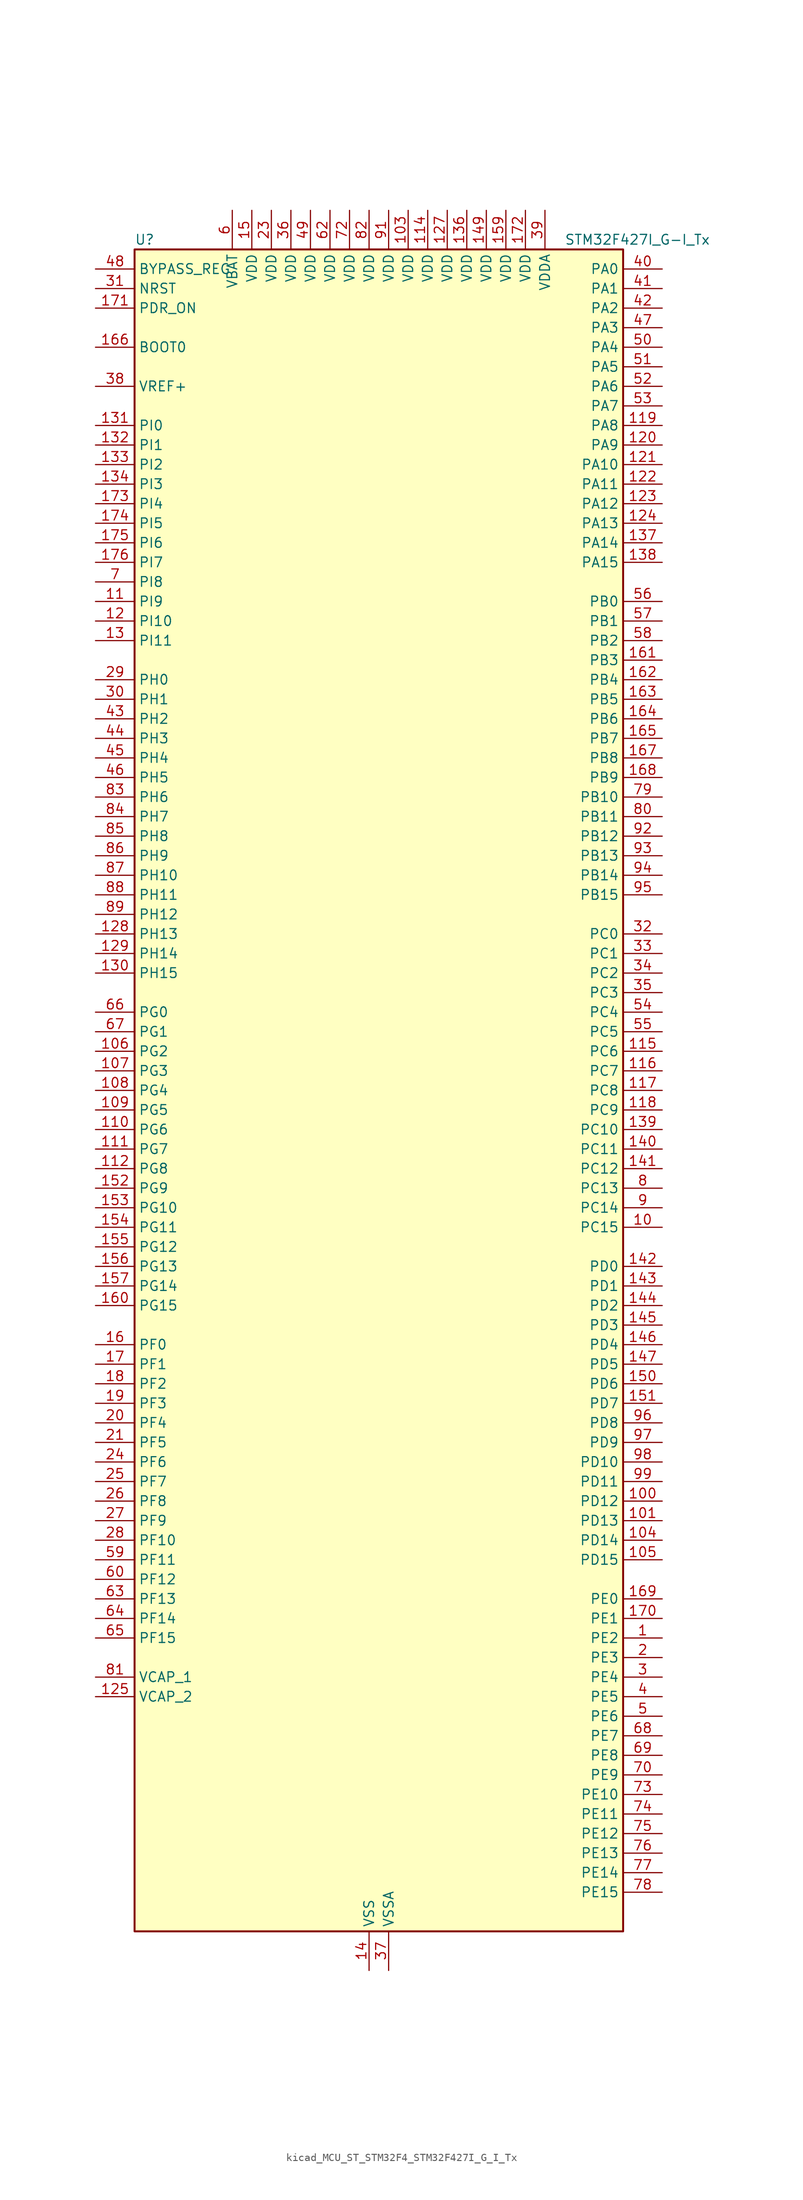
<source format=kicad_sym>
(kicad_symbol_lib
  (version 20220914)
  (generator kicad_symbol_editor)
  (symbol "kicad_MCU_ST_STM32F4_STM32F427I_G_I_Tx"
    (property "Reference" "U"
      (at -30.48 110.49 0)
      (effects (font (size 1.27 1.27)) (justify left)))
    (property "Value" "STM32F427I_G-I_Tx"
      (at 25.4 110.49 0)
      (effects (font (size 1.27 1.27)) (justify left)))
    (property "ki_locked" ""
      (at 0 0 0)
      (effects (font (size 1.27 1.27))))
    (symbol "kicad_MCU_ST_STM32F4_STM32F427I_G_I_Tx_0_1"
      (rectangle (start -30.48 -109.22) (end 33.02 109.22) (stroke (width 0.254) (type default)) (fill (type background))))
    (symbol "kicad_MCU_ST_STM32F4_STM32F427I_G_I_Tx_1_1"
      (pin bidirectional line (at 38.1 -71.12 180) (length 5.08) (name "PE2" (effects (font (size 1.27 1.27)))) (number "1" (effects (font (size 1.27 1.27)))) (alternate "ETH_TXD3" bidirectional line) (alternate "FMC_A23" bidirectional line) (alternate "SAI1_MCLK_A" bidirectional line) (alternate "SPI4_SCK" bidirectional line) (alternate "SYS_TRACECLK" bidirectional line))
      (pin bidirectional line (at 38.1 -17.78 180) (length 5.08) (name "PC15" (effects (font (size 1.27 1.27)))) (number "10" (effects (font (size 1.27 1.27)))) (alternate "ADC1_EXTI15" bidirectional line) (alternate "ADC2_EXTI15" bidirectional line) (alternate "ADC3_EXTI15" bidirectional line) (alternate "RCC_OSC32_OUT" bidirectional line))
      (pin bidirectional line (at 38.1 -53.34 180) (length 5.08) (name "PD12" (effects (font (size 1.27 1.27)))) (number "100" (effects (font (size 1.27 1.27)))) (alternate "FMC_A17" bidirectional line) (alternate "FMC_ALE" bidirectional line) (alternate "TIM4_CH1" bidirectional line) (alternate "USART3_RTS" bidirectional line))
      (pin bidirectional line (at 38.1 -55.88 180) (length 5.08) (name "PD13" (effects (font (size 1.27 1.27)))) (number "101" (effects (font (size 1.27 1.27)))) (alternate "FMC_A18" bidirectional line) (alternate "TIM4_CH2" bidirectional line))
      (pin passive line (at 0 -114.3 90) (length 5.08) hide (name "VSS" (effects (font (size 1.27 1.27)))) (number "102" (effects (font (size 1.27 1.27)))))
      (pin power_in line (at 5.08 114.3 270) (length 5.08) (name "VDD" (effects (font (size 1.27 1.27)))) (number "103" (effects (font (size 1.27 1.27)))))
      (pin bidirectional line (at 38.1 -58.42 180) (length 5.08) (name "PD14" (effects (font (size 1.27 1.27)))) (number "104" (effects (font (size 1.27 1.27)))) (alternate "FMC_D0" bidirectional line) (alternate "FMC_DA0" bidirectional line) (alternate "TIM4_CH3" bidirectional line))
      (pin bidirectional line (at 38.1 -60.96 180) (length 5.08) (name "PD15" (effects (font (size 1.27 1.27)))) (number "105" (effects (font (size 1.27 1.27)))) (alternate "ADC1_EXTI15" bidirectional line) (alternate "ADC2_EXTI15" bidirectional line) (alternate "ADC3_EXTI15" bidirectional line) (alternate "FMC_D1" bidirectional line) (alternate "FMC_DA1" bidirectional line) (alternate "TIM4_CH4" bidirectional line))
      (pin bidirectional line (at -35.56 5.08 0) (length 5.08) (name "PG2" (effects (font (size 1.27 1.27)))) (number "106" (effects (font (size 1.27 1.27)))) (alternate "FMC_A12" bidirectional line))
      (pin bidirectional line (at -35.56 2.54 0) (length 5.08) (name "PG3" (effects (font (size 1.27 1.27)))) (number "107" (effects (font (size 1.27 1.27)))) (alternate "FMC_A13" bidirectional line))
      (pin bidirectional line (at -35.56 0 0) (length 5.08) (name "PG4" (effects (font (size 1.27 1.27)))) (number "108" (effects (font (size 1.27 1.27)))) (alternate "FMC_A14" bidirectional line) (alternate "FMC_BA0" bidirectional line))
      (pin bidirectional line (at -35.56 -2.54 0) (length 5.08) (name "PG5" (effects (font (size 1.27 1.27)))) (number "109" (effects (font (size 1.27 1.27)))) (alternate "FMC_A15" bidirectional line) (alternate "FMC_BA1" bidirectional line))
      (pin bidirectional line (at -35.56 63.5 0) (length 5.08) (name "PI9" (effects (font (size 1.27 1.27)))) (number "11" (effects (font (size 1.27 1.27)))) (alternate "CAN1_RX" bidirectional line) (alternate "DAC_EXTI9" bidirectional line) (alternate "FMC_D30" bidirectional line))
      (pin bidirectional line (at -35.56 -5.08 0) (length 5.08) (name "PG6" (effects (font (size 1.27 1.27)))) (number "110" (effects (font (size 1.27 1.27)))) (alternate "DCMI_D12" bidirectional line) (alternate "FMC_INT2" bidirectional line))
      (pin bidirectional line (at -35.56 -7.62 0) (length 5.08) (name "PG7" (effects (font (size 1.27 1.27)))) (number "111" (effects (font (size 1.27 1.27)))) (alternate "DCMI_D13" bidirectional line) (alternate "FMC_INT3" bidirectional line) (alternate "USART6_CK" bidirectional line))
      (pin bidirectional line (at -35.56 -10.16 0) (length 5.08) (name "PG8" (effects (font (size 1.27 1.27)))) (number "112" (effects (font (size 1.27 1.27)))) (alternate "ETH_PPS_OUT" bidirectional line) (alternate "FMC_SDCLK" bidirectional line) (alternate "SPI6_NSS" bidirectional line) (alternate "USART6_RTS" bidirectional line))
      (pin passive line (at 0 -114.3 90) (length 5.08) hide (name "VSS" (effects (font (size 1.27 1.27)))) (number "113" (effects (font (size 1.27 1.27)))))
      (pin power_in line (at 7.62 114.3 270) (length 5.08) (name "VDD" (effects (font (size 1.27 1.27)))) (number "114" (effects (font (size 1.27 1.27)))))
      (pin bidirectional line (at 38.1 5.08 180) (length 5.08) (name "PC6" (effects (font (size 1.27 1.27)))) (number "115" (effects (font (size 1.27 1.27)))) (alternate "DCMI_D0" bidirectional line) (alternate "I2S2_MCK" bidirectional line) (alternate "SDIO_D6" bidirectional line) (alternate "TIM3_CH1" bidirectional line) (alternate "TIM8_CH1" bidirectional line) (alternate "USART6_TX" bidirectional line))
      (pin bidirectional line (at 38.1 2.54 180) (length 5.08) (name "PC7" (effects (font (size 1.27 1.27)))) (number "116" (effects (font (size 1.27 1.27)))) (alternate "DCMI_D1" bidirectional line) (alternate "I2S3_MCK" bidirectional line) (alternate "SDIO_D7" bidirectional line) (alternate "TIM3_CH2" bidirectional line) (alternate "TIM8_CH2" bidirectional line) (alternate "USART6_RX" bidirectional line))
      (pin bidirectional line (at 38.1 0 180) (length 5.08) (name "PC8" (effects (font (size 1.27 1.27)))) (number "117" (effects (font (size 1.27 1.27)))) (alternate "DCMI_D2" bidirectional line) (alternate "SDIO_D0" bidirectional line) (alternate "TIM3_CH3" bidirectional line) (alternate "TIM8_CH3" bidirectional line) (alternate "USART6_CK" bidirectional line))
      (pin bidirectional line (at 38.1 -2.54 180) (length 5.08) (name "PC9" (effects (font (size 1.27 1.27)))) (number "118" (effects (font (size 1.27 1.27)))) (alternate "DAC_EXTI9" bidirectional line) (alternate "DCMI_D3" bidirectional line) (alternate "I2C3_SDA" bidirectional line) (alternate "I2S_CKIN" bidirectional line) (alternate "RCC_MCO_2" bidirectional line) (alternate "SDIO_D1" bidirectional line) (alternate "TIM3_CH4" bidirectional line) (alternate "TIM8_CH4" bidirectional line))
      (pin bidirectional line (at 38.1 86.36 180) (length 5.08) (name "PA8" (effects (font (size 1.27 1.27)))) (number "119" (effects (font (size 1.27 1.27)))) (alternate "I2C3_SCL" bidirectional line) (alternate "RCC_MCO_1" bidirectional line) (alternate "TIM1_CH1" bidirectional line) (alternate "USART1_CK" bidirectional line) (alternate "USB_OTG_FS_SOF" bidirectional line))
      (pin bidirectional line (at -35.56 60.96 0) (length 5.08) (name "PI10" (effects (font (size 1.27 1.27)))) (number "12" (effects (font (size 1.27 1.27)))) (alternate "ETH_RX_ER" bidirectional line) (alternate "FMC_D31" bidirectional line))
      (pin bidirectional line (at 38.1 83.82 180) (length 5.08) (name "PA9" (effects (font (size 1.27 1.27)))) (number "120" (effects (font (size 1.27 1.27)))) (alternate "DAC_EXTI9" bidirectional line) (alternate "DCMI_D0" bidirectional line) (alternate "I2C3_SMBA" bidirectional line) (alternate "TIM1_CH2" bidirectional line) (alternate "USART1_TX" bidirectional line) (alternate "USB_OTG_FS_VBUS" bidirectional line))
      (pin bidirectional line (at 38.1 81.28 180) (length 5.08) (name "PA10" (effects (font (size 1.27 1.27)))) (number "121" (effects (font (size 1.27 1.27)))) (alternate "DCMI_D1" bidirectional line) (alternate "TIM1_CH3" bidirectional line) (alternate "USART1_RX" bidirectional line) (alternate "USB_OTG_FS_ID" bidirectional line))
      (pin bidirectional line (at 38.1 78.74 180) (length 5.08) (name "PA11" (effects (font (size 1.27 1.27)))) (number "122" (effects (font (size 1.27 1.27)))) (alternate "ADC1_EXTI11" bidirectional line) (alternate "ADC2_EXTI11" bidirectional line) (alternate "ADC3_EXTI11" bidirectional line) (alternate "CAN1_RX" bidirectional line) (alternate "TIM1_CH4" bidirectional line) (alternate "USART1_CTS" bidirectional line) (alternate "USB_OTG_FS_DM" bidirectional line))
      (pin bidirectional line (at 38.1 76.2 180) (length 5.08) (name "PA12" (effects (font (size 1.27 1.27)))) (number "123" (effects (font (size 1.27 1.27)))) (alternate "CAN1_TX" bidirectional line) (alternate "TIM1_ETR" bidirectional line) (alternate "USART1_RTS" bidirectional line) (alternate "USB_OTG_FS_DP" bidirectional line))
      (pin bidirectional line (at 38.1 73.66 180) (length 5.08) (name "PA13" (effects (font (size 1.27 1.27)))) (number "124" (effects (font (size 1.27 1.27)))) (alternate "SYS_JTMS-SWDIO" bidirectional line))
      (pin power_out line (at -35.56 -78.74 0) (length 5.08) (name "VCAP_2" (effects (font (size 1.27 1.27)))) (number "125" (effects (font (size 1.27 1.27)))))
      (pin passive line (at 0 -114.3 90) (length 5.08) hide (name "VSS" (effects (font (size 1.27 1.27)))) (number "126" (effects (font (size 1.27 1.27)))))
      (pin power_in line (at 10.16 114.3 270) (length 5.08) (name "VDD" (effects (font (size 1.27 1.27)))) (number "127" (effects (font (size 1.27 1.27)))))
      (pin bidirectional line (at -35.56 20.32 0) (length 5.08) (name "PH13" (effects (font (size 1.27 1.27)))) (number "128" (effects (font (size 1.27 1.27)))) (alternate "CAN1_TX" bidirectional line) (alternate "FMC_D21" bidirectional line) (alternate "TIM8_CH1N" bidirectional line))
      (pin bidirectional line (at -35.56 17.78 0) (length 5.08) (name "PH14" (effects (font (size 1.27 1.27)))) (number "129" (effects (font (size 1.27 1.27)))) (alternate "DCMI_D4" bidirectional line) (alternate "FMC_D22" bidirectional line) (alternate "TIM8_CH2N" bidirectional line))
      (pin bidirectional line (at -35.56 58.42 0) (length 5.08) (name "PI11" (effects (font (size 1.27 1.27)))) (number "13" (effects (font (size 1.27 1.27)))) (alternate "ADC1_EXTI11" bidirectional line) (alternate "ADC2_EXTI11" bidirectional line) (alternate "ADC3_EXTI11" bidirectional line) (alternate "USB_OTG_HS_ULPI_DIR" bidirectional line))
      (pin bidirectional line (at -35.56 15.24 0) (length 5.08) (name "PH15" (effects (font (size 1.27 1.27)))) (number "130" (effects (font (size 1.27 1.27)))) (alternate "ADC1_EXTI15" bidirectional line) (alternate "ADC2_EXTI15" bidirectional line) (alternate "ADC3_EXTI15" bidirectional line) (alternate "DCMI_D11" bidirectional line) (alternate "FMC_D23" bidirectional line) (alternate "TIM8_CH3N" bidirectional line))
      (pin bidirectional line (at -35.56 86.36 0) (length 5.08) (name "PI0" (effects (font (size 1.27 1.27)))) (number "131" (effects (font (size 1.27 1.27)))) (alternate "DCMI_D13" bidirectional line) (alternate "FMC_D24" bidirectional line) (alternate "I2S2_WS" bidirectional line) (alternate "SPI2_NSS" bidirectional line) (alternate "TIM5_CH4" bidirectional line))
      (pin bidirectional line (at -35.56 83.82 0) (length 5.08) (name "PI1" (effects (font (size 1.27 1.27)))) (number "132" (effects (font (size 1.27 1.27)))) (alternate "DCMI_D8" bidirectional line) (alternate "FMC_D25" bidirectional line) (alternate "I2S2_CK" bidirectional line) (alternate "SPI2_SCK" bidirectional line))
      (pin bidirectional line (at -35.56 81.28 0) (length 5.08) (name "PI2" (effects (font (size 1.27 1.27)))) (number "133" (effects (font (size 1.27 1.27)))) (alternate "DCMI_D9" bidirectional line) (alternate "FMC_D26" bidirectional line) (alternate "I2S2_ext_SD" bidirectional line) (alternate "SPI2_MISO" bidirectional line) (alternate "TIM8_CH4" bidirectional line))
      (pin bidirectional line (at -35.56 78.74 0) (length 5.08) (name "PI3" (effects (font (size 1.27 1.27)))) (number "134" (effects (font (size 1.27 1.27)))) (alternate "DCMI_D10" bidirectional line) (alternate "FMC_D27" bidirectional line) (alternate "I2S2_SD" bidirectional line) (alternate "SPI2_MOSI" bidirectional line) (alternate "TIM8_ETR" bidirectional line))
      (pin passive line (at 0 -114.3 90) (length 5.08) hide (name "VSS" (effects (font (size 1.27 1.27)))) (number "135" (effects (font (size 1.27 1.27)))))
      (pin power_in line (at 12.7 114.3 270) (length 5.08) (name "VDD" (effects (font (size 1.27 1.27)))) (number "136" (effects (font (size 1.27 1.27)))))
      (pin bidirectional line (at 38.1 71.12 180) (length 5.08) (name "PA14" (effects (font (size 1.27 1.27)))) (number "137" (effects (font (size 1.27 1.27)))) (alternate "SYS_JTCK-SWCLK" bidirectional line))
      (pin bidirectional line (at 38.1 68.58 180) (length 5.08) (name "PA15" (effects (font (size 1.27 1.27)))) (number "138" (effects (font (size 1.27 1.27)))) (alternate "ADC1_EXTI15" bidirectional line) (alternate "ADC2_EXTI15" bidirectional line) (alternate "ADC3_EXTI15" bidirectional line) (alternate "I2S3_WS" bidirectional line) (alternate "SPI1_NSS" bidirectional line) (alternate "SPI3_NSS" bidirectional line) (alternate "SYS_JTDI" bidirectional line) (alternate "TIM2_CH1" bidirectional line) (alternate "TIM2_ETR" bidirectional line))
      (pin bidirectional line (at 38.1 -5.08 180) (length 5.08) (name "PC10" (effects (font (size 1.27 1.27)))) (number "139" (effects (font (size 1.27 1.27)))) (alternate "DCMI_D8" bidirectional line) (alternate "I2S3_CK" bidirectional line) (alternate "SDIO_D2" bidirectional line) (alternate "SPI3_SCK" bidirectional line) (alternate "UART4_TX" bidirectional line) (alternate "USART3_TX" bidirectional line))
      (pin power_in line (at 0 -114.3 90) (length 5.08) (name "VSS" (effects (font (size 1.27 1.27)))) (number "14" (effects (font (size 1.27 1.27)))))
      (pin bidirectional line (at 38.1 -7.62 180) (length 5.08) (name "PC11" (effects (font (size 1.27 1.27)))) (number "140" (effects (font (size 1.27 1.27)))) (alternate "ADC1_EXTI11" bidirectional line) (alternate "ADC2_EXTI11" bidirectional line) (alternate "ADC3_EXTI11" bidirectional line) (alternate "DCMI_D4" bidirectional line) (alternate "I2S3_ext_SD" bidirectional line) (alternate "SDIO_D3" bidirectional line) (alternate "SPI3_MISO" bidirectional line) (alternate "UART4_RX" bidirectional line) (alternate "USART3_RX" bidirectional line))
      (pin bidirectional line (at 38.1 -10.16 180) (length 5.08) (name "PC12" (effects (font (size 1.27 1.27)))) (number "141" (effects (font (size 1.27 1.27)))) (alternate "DCMI_D9" bidirectional line) (alternate "I2S3_SD" bidirectional line) (alternate "SDIO_CK" bidirectional line) (alternate "SPI3_MOSI" bidirectional line) (alternate "UART5_TX" bidirectional line) (alternate "USART3_CK" bidirectional line))
      (pin bidirectional line (at 38.1 -22.86 180) (length 5.08) (name "PD0" (effects (font (size 1.27 1.27)))) (number "142" (effects (font (size 1.27 1.27)))) (alternate "CAN1_RX" bidirectional line) (alternate "FMC_D2" bidirectional line) (alternate "FMC_DA2" bidirectional line))
      (pin bidirectional line (at 38.1 -25.4 180) (length 5.08) (name "PD1" (effects (font (size 1.27 1.27)))) (number "143" (effects (font (size 1.27 1.27)))) (alternate "CAN1_TX" bidirectional line) (alternate "FMC_D3" bidirectional line) (alternate "FMC_DA3" bidirectional line))
      (pin bidirectional line (at 38.1 -27.94 180) (length 5.08) (name "PD2" (effects (font (size 1.27 1.27)))) (number "144" (effects (font (size 1.27 1.27)))) (alternate "DCMI_D11" bidirectional line) (alternate "SDIO_CMD" bidirectional line) (alternate "TIM3_ETR" bidirectional line) (alternate "UART5_RX" bidirectional line))
      (pin bidirectional line (at 38.1 -30.48 180) (length 5.08) (name "PD3" (effects (font (size 1.27 1.27)))) (number "145" (effects (font (size 1.27 1.27)))) (alternate "DCMI_D5" bidirectional line) (alternate "FMC_CLK" bidirectional line) (alternate "I2S2_CK" bidirectional line) (alternate "SPI2_SCK" bidirectional line) (alternate "USART2_CTS" bidirectional line))
      (pin bidirectional line (at 38.1 -33.02 180) (length 5.08) (name "PD4" (effects (font (size 1.27 1.27)))) (number "146" (effects (font (size 1.27 1.27)))) (alternate "FMC_NOE" bidirectional line) (alternate "USART2_RTS" bidirectional line))
      (pin bidirectional line (at 38.1 -35.56 180) (length 5.08) (name "PD5" (effects (font (size 1.27 1.27)))) (number "147" (effects (font (size 1.27 1.27)))) (alternate "FMC_NWE" bidirectional line) (alternate "USART2_TX" bidirectional line))
      (pin passive line (at 0 -114.3 90) (length 5.08) hide (name "VSS" (effects (font (size 1.27 1.27)))) (number "148" (effects (font (size 1.27 1.27)))))
      (pin power_in line (at 15.24 114.3 270) (length 5.08) (name "VDD" (effects (font (size 1.27 1.27)))) (number "149" (effects (font (size 1.27 1.27)))))
      (pin power_in line (at -15.24 114.3 270) (length 5.08) (name "VDD" (effects (font (size 1.27 1.27)))) (number "15" (effects (font (size 1.27 1.27)))))
      (pin bidirectional line (at 38.1 -38.1 180) (length 5.08) (name "PD6" (effects (font (size 1.27 1.27)))) (number "150" (effects (font (size 1.27 1.27)))) (alternate "DCMI_D10" bidirectional line) (alternate "FMC_NWAIT" bidirectional line) (alternate "I2S3_SD" bidirectional line) (alternate "SAI1_SD_A" bidirectional line) (alternate "SPI3_MOSI" bidirectional line) (alternate "USART2_RX" bidirectional line))
      (pin bidirectional line (at 38.1 -40.64 180) (length 5.08) (name "PD7" (effects (font (size 1.27 1.27)))) (number "151" (effects (font (size 1.27 1.27)))) (alternate "FMC_NCE2" bidirectional line) (alternate "FMC_NE1" bidirectional line) (alternate "USART2_CK" bidirectional line))
      (pin bidirectional line (at -35.56 -12.7 0) (length 5.08) (name "PG9" (effects (font (size 1.27 1.27)))) (number "152" (effects (font (size 1.27 1.27)))) (alternate "DAC_EXTI9" bidirectional line) (alternate "DCMI_VSYNC" bidirectional line) (alternate "FMC_NCE3" bidirectional line) (alternate "FMC_NE2" bidirectional line) (alternate "USART6_RX" bidirectional line))
      (pin bidirectional line (at -35.56 -15.24 0) (length 5.08) (name "PG10" (effects (font (size 1.27 1.27)))) (number "153" (effects (font (size 1.27 1.27)))) (alternate "DCMI_D2" bidirectional line) (alternate "FMC_NCE4_1" bidirectional line) (alternate "FMC_NE3" bidirectional line))
      (pin bidirectional line (at -35.56 -17.78 0) (length 5.08) (name "PG11" (effects (font (size 1.27 1.27)))) (number "154" (effects (font (size 1.27 1.27)))) (alternate "ADC1_EXTI11" bidirectional line) (alternate "ADC2_EXTI11" bidirectional line) (alternate "ADC3_EXTI11" bidirectional line) (alternate "DCMI_D3" bidirectional line) (alternate "ETH_TX_EN" bidirectional line) (alternate "FMC_NCE4_2" bidirectional line))
      (pin bidirectional line (at -35.56 -20.32 0) (length 5.08) (name "PG12" (effects (font (size 1.27 1.27)))) (number "155" (effects (font (size 1.27 1.27)))) (alternate "FMC_NE4" bidirectional line) (alternate "SPI6_MISO" bidirectional line) (alternate "USART6_RTS" bidirectional line))
      (pin bidirectional line (at -35.56 -22.86 0) (length 5.08) (name "PG13" (effects (font (size 1.27 1.27)))) (number "156" (effects (font (size 1.27 1.27)))) (alternate "ETH_TXD0" bidirectional line) (alternate "FMC_A24" bidirectional line) (alternate "SPI6_SCK" bidirectional line) (alternate "USART6_CTS" bidirectional line))
      (pin bidirectional line (at -35.56 -25.4 0) (length 5.08) (name "PG14" (effects (font (size 1.27 1.27)))) (number "157" (effects (font (size 1.27 1.27)))) (alternate "ETH_TXD1" bidirectional line) (alternate "FMC_A25" bidirectional line) (alternate "SPI6_MOSI" bidirectional line) (alternate "USART6_TX" bidirectional line))
      (pin passive line (at 0 -114.3 90) (length 5.08) hide (name "VSS" (effects (font (size 1.27 1.27)))) (number "158" (effects (font (size 1.27 1.27)))))
      (pin power_in line (at 17.78 114.3 270) (length 5.08) (name "VDD" (effects (font (size 1.27 1.27)))) (number "159" (effects (font (size 1.27 1.27)))))
      (pin bidirectional line (at -35.56 -33.02 0) (length 5.08) (name "PF0" (effects (font (size 1.27 1.27)))) (number "16" (effects (font (size 1.27 1.27)))) (alternate "FMC_A0" bidirectional line) (alternate "I2C2_SDA" bidirectional line))
      (pin bidirectional line (at -35.56 -27.94 0) (length 5.08) (name "PG15" (effects (font (size 1.27 1.27)))) (number "160" (effects (font (size 1.27 1.27)))) (alternate "ADC1_EXTI15" bidirectional line) (alternate "ADC2_EXTI15" bidirectional line) (alternate "ADC3_EXTI15" bidirectional line) (alternate "DCMI_D13" bidirectional line) (alternate "FMC_SDNCAS" bidirectional line) (alternate "USART6_CTS" bidirectional line))
      (pin bidirectional line (at 38.1 55.88 180) (length 5.08) (name "PB3" (effects (font (size 1.27 1.27)))) (number "161" (effects (font (size 1.27 1.27)))) (alternate "I2S3_CK" bidirectional line) (alternate "SPI1_SCK" bidirectional line) (alternate "SPI3_SCK" bidirectional line) (alternate "SYS_JTDO-SWO" bidirectional line) (alternate "TIM2_CH2" bidirectional line))
      (pin bidirectional line (at 38.1 53.34 180) (length 5.08) (name "PB4" (effects (font (size 1.27 1.27)))) (number "162" (effects (font (size 1.27 1.27)))) (alternate "I2S3_ext_SD" bidirectional line) (alternate "SPI1_MISO" bidirectional line) (alternate "SPI3_MISO" bidirectional line) (alternate "SYS_JTRST" bidirectional line) (alternate "TIM3_CH1" bidirectional line))
      (pin bidirectional line (at 38.1 50.8 180) (length 5.08) (name "PB5" (effects (font (size 1.27 1.27)))) (number "163" (effects (font (size 1.27 1.27)))) (alternate "CAN2_RX" bidirectional line) (alternate "DCMI_D10" bidirectional line) (alternate "ETH_PPS_OUT" bidirectional line) (alternate "FMC_SDCKE1" bidirectional line) (alternate "I2C1_SMBA" bidirectional line) (alternate "I2S3_SD" bidirectional line) (alternate "SPI1_MOSI" bidirectional line) (alternate "SPI3_MOSI" bidirectional line) (alternate "TIM3_CH2" bidirectional line) (alternate "USB_OTG_HS_ULPI_D7" bidirectional line))
      (pin bidirectional line (at 38.1 48.26 180) (length 5.08) (name "PB6" (effects (font (size 1.27 1.27)))) (number "164" (effects (font (size 1.27 1.27)))) (alternate "CAN2_TX" bidirectional line) (alternate "DCMI_D5" bidirectional line) (alternate "FMC_SDNE1" bidirectional line) (alternate "I2C1_SCL" bidirectional line) (alternate "TIM4_CH1" bidirectional line) (alternate "USART1_TX" bidirectional line))
      (pin bidirectional line (at 38.1 45.72 180) (length 5.08) (name "PB7" (effects (font (size 1.27 1.27)))) (number "165" (effects (font (size 1.27 1.27)))) (alternate "DCMI_VSYNC" bidirectional line) (alternate "FMC_NL" bidirectional line) (alternate "I2C1_SDA" bidirectional line) (alternate "TIM4_CH2" bidirectional line) (alternate "USART1_RX" bidirectional line))
      (pin input line (at -35.56 96.52 0) (length 5.08) (name "BOOT0" (effects (font (size 1.27 1.27)))) (number "166" (effects (font (size 1.27 1.27)))))
      (pin bidirectional line (at 38.1 43.18 180) (length 5.08) (name "PB8" (effects (font (size 1.27 1.27)))) (number "167" (effects (font (size 1.27 1.27)))) (alternate "CAN1_RX" bidirectional line) (alternate "DCMI_D6" bidirectional line) (alternate "ETH_TXD3" bidirectional line) (alternate "I2C1_SCL" bidirectional line) (alternate "SDIO_D4" bidirectional line) (alternate "TIM10_CH1" bidirectional line) (alternate "TIM4_CH3" bidirectional line))
      (pin bidirectional line (at 38.1 40.64 180) (length 5.08) (name "PB9" (effects (font (size 1.27 1.27)))) (number "168" (effects (font (size 1.27 1.27)))) (alternate "CAN1_TX" bidirectional line) (alternate "DAC_EXTI9" bidirectional line) (alternate "DCMI_D7" bidirectional line) (alternate "I2C1_SDA" bidirectional line) (alternate "I2S2_WS" bidirectional line) (alternate "SDIO_D5" bidirectional line) (alternate "SPI2_NSS" bidirectional line) (alternate "TIM11_CH1" bidirectional line) (alternate "TIM4_CH4" bidirectional line))
      (pin bidirectional line (at 38.1 -66.04 180) (length 5.08) (name "PE0" (effects (font (size 1.27 1.27)))) (number "169" (effects (font (size 1.27 1.27)))) (alternate "DCMI_D2" bidirectional line) (alternate "FMC_NBL0" bidirectional line) (alternate "TIM4_ETR" bidirectional line) (alternate "UART8_RX" bidirectional line))
      (pin bidirectional line (at -35.56 -35.56 0) (length 5.08) (name "PF1" (effects (font (size 1.27 1.27)))) (number "17" (effects (font (size 1.27 1.27)))) (alternate "FMC_A1" bidirectional line) (alternate "I2C2_SCL" bidirectional line))
      (pin bidirectional line (at 38.1 -68.58 180) (length 5.08) (name "PE1" (effects (font (size 1.27 1.27)))) (number "170" (effects (font (size 1.27 1.27)))) (alternate "DCMI_D3" bidirectional line) (alternate "FMC_NBL1" bidirectional line) (alternate "UART8_TX" bidirectional line))
      (pin input line (at -35.56 101.6 0) (length 5.08) (name "PDR_ON" (effects (font (size 1.27 1.27)))) (number "171" (effects (font (size 1.27 1.27)))))
      (pin power_in line (at 20.32 114.3 270) (length 5.08) (name "VDD" (effects (font (size 1.27 1.27)))) (number "172" (effects (font (size 1.27 1.27)))))
      (pin bidirectional line (at -35.56 76.2 0) (length 5.08) (name "PI4" (effects (font (size 1.27 1.27)))) (number "173" (effects (font (size 1.27 1.27)))) (alternate "DCMI_D5" bidirectional line) (alternate "FMC_NBL2" bidirectional line) (alternate "TIM8_BKIN" bidirectional line))
      (pin bidirectional line (at -35.56 73.66 0) (length 5.08) (name "PI5" (effects (font (size 1.27 1.27)))) (number "174" (effects (font (size 1.27 1.27)))) (alternate "DCMI_VSYNC" bidirectional line) (alternate "FMC_NBL3" bidirectional line) (alternate "TIM8_CH1" bidirectional line))
      (pin bidirectional line (at -35.56 71.12 0) (length 5.08) (name "PI6" (effects (font (size 1.27 1.27)))) (number "175" (effects (font (size 1.27 1.27)))) (alternate "DCMI_D6" bidirectional line) (alternate "FMC_D28" bidirectional line) (alternate "TIM8_CH2" bidirectional line))
      (pin bidirectional line (at -35.56 68.58 0) (length 5.08) (name "PI7" (effects (font (size 1.27 1.27)))) (number "176" (effects (font (size 1.27 1.27)))) (alternate "DCMI_D7" bidirectional line) (alternate "FMC_D29" bidirectional line) (alternate "TIM8_CH3" bidirectional line))
      (pin bidirectional line (at -35.56 -38.1 0) (length 5.08) (name "PF2" (effects (font (size 1.27 1.27)))) (number "18" (effects (font (size 1.27 1.27)))) (alternate "FMC_A2" bidirectional line) (alternate "I2C2_SMBA" bidirectional line))
      (pin bidirectional line (at -35.56 -40.64 0) (length 5.08) (name "PF3" (effects (font (size 1.27 1.27)))) (number "19" (effects (font (size 1.27 1.27)))) (alternate "ADC3_IN9" bidirectional line) (alternate "FMC_A3" bidirectional line))
      (pin bidirectional line (at 38.1 -73.66 180) (length 5.08) (name "PE3" (effects (font (size 1.27 1.27)))) (number "2" (effects (font (size 1.27 1.27)))) (alternate "FMC_A19" bidirectional line) (alternate "SAI1_SD_B" bidirectional line) (alternate "SYS_TRACED0" bidirectional line))
      (pin bidirectional line (at -35.56 -43.18 0) (length 5.08) (name "PF4" (effects (font (size 1.27 1.27)))) (number "20" (effects (font (size 1.27 1.27)))) (alternate "ADC3_IN14" bidirectional line) (alternate "FMC_A4" bidirectional line))
      (pin bidirectional line (at -35.56 -45.72 0) (length 5.08) (name "PF5" (effects (font (size 1.27 1.27)))) (number "21" (effects (font (size 1.27 1.27)))) (alternate "ADC3_IN15" bidirectional line) (alternate "FMC_A5" bidirectional line))
      (pin passive line (at 0 -114.3 90) (length 5.08) hide (name "VSS" (effects (font (size 1.27 1.27)))) (number "22" (effects (font (size 1.27 1.27)))))
      (pin power_in line (at -12.7 114.3 270) (length 5.08) (name "VDD" (effects (font (size 1.27 1.27)))) (number "23" (effects (font (size 1.27 1.27)))))
      (pin bidirectional line (at -35.56 -48.26 0) (length 5.08) (name "PF6" (effects (font (size 1.27 1.27)))) (number "24" (effects (font (size 1.27 1.27)))) (alternate "ADC3_IN4" bidirectional line) (alternate "FMC_NIORD" bidirectional line) (alternate "SAI1_SD_B" bidirectional line) (alternate "SPI5_NSS" bidirectional line) (alternate "TIM10_CH1" bidirectional line) (alternate "UART7_RX" bidirectional line))
      (pin bidirectional line (at -35.56 -50.8 0) (length 5.08) (name "PF7" (effects (font (size 1.27 1.27)))) (number "25" (effects (font (size 1.27 1.27)))) (alternate "ADC3_IN5" bidirectional line) (alternate "FMC_NREG" bidirectional line) (alternate "SAI1_MCLK_B" bidirectional line) (alternate "SPI5_SCK" bidirectional line) (alternate "TIM11_CH1" bidirectional line) (alternate "UART7_TX" bidirectional line))
      (pin bidirectional line (at -35.56 -53.34 0) (length 5.08) (name "PF8" (effects (font (size 1.27 1.27)))) (number "26" (effects (font (size 1.27 1.27)))) (alternate "ADC3_IN6" bidirectional line) (alternate "FMC_NIOWR" bidirectional line) (alternate "SAI1_SCK_B" bidirectional line) (alternate "SPI5_MISO" bidirectional line) (alternate "TIM13_CH1" bidirectional line))
      (pin bidirectional line (at -35.56 -55.88 0) (length 5.08) (name "PF9" (effects (font (size 1.27 1.27)))) (number "27" (effects (font (size 1.27 1.27)))) (alternate "ADC3_IN7" bidirectional line) (alternate "DAC_EXTI9" bidirectional line) (alternate "FMC_CD" bidirectional line) (alternate "SAI1_FS_B" bidirectional line) (alternate "SPI5_MOSI" bidirectional line) (alternate "TIM14_CH1" bidirectional line))
      (pin bidirectional line (at -35.56 -58.42 0) (length 5.08) (name "PF10" (effects (font (size 1.27 1.27)))) (number "28" (effects (font (size 1.27 1.27)))) (alternate "ADC3_IN8" bidirectional line) (alternate "DCMI_D11" bidirectional line) (alternate "FMC_INTR" bidirectional line))
      (pin bidirectional line (at -35.56 53.34 0) (length 5.08) (name "PH0" (effects (font (size 1.27 1.27)))) (number "29" (effects (font (size 1.27 1.27)))) (alternate "RCC_OSC_IN" bidirectional line))
      (pin bidirectional line (at 38.1 -76.2 180) (length 5.08) (name "PE4" (effects (font (size 1.27 1.27)))) (number "3" (effects (font (size 1.27 1.27)))) (alternate "DCMI_D4" bidirectional line) (alternate "FMC_A20" bidirectional line) (alternate "SAI1_FS_A" bidirectional line) (alternate "SPI4_NSS" bidirectional line) (alternate "SYS_TRACED1" bidirectional line))
      (pin bidirectional line (at -35.56 50.8 0) (length 5.08) (name "PH1" (effects (font (size 1.27 1.27)))) (number "30" (effects (font (size 1.27 1.27)))) (alternate "RCC_OSC_OUT" bidirectional line))
      (pin input line (at -35.56 104.14 0) (length 5.08) (name "NRST" (effects (font (size 1.27 1.27)))) (number "31" (effects (font (size 1.27 1.27)))))
      (pin bidirectional line (at 38.1 20.32 180) (length 5.08) (name "PC0" (effects (font (size 1.27 1.27)))) (number "32" (effects (font (size 1.27 1.27)))) (alternate "ADC1_IN10" bidirectional line) (alternate "ADC2_IN10" bidirectional line) (alternate "ADC3_IN10" bidirectional line) (alternate "FMC_SDNWE" bidirectional line) (alternate "USB_OTG_HS_ULPI_STP" bidirectional line))
      (pin bidirectional line (at 38.1 17.78 180) (length 5.08) (name "PC1" (effects (font (size 1.27 1.27)))) (number "33" (effects (font (size 1.27 1.27)))) (alternate "ADC1_IN11" bidirectional line) (alternate "ADC2_IN11" bidirectional line) (alternate "ADC3_IN11" bidirectional line) (alternate "ETH_MDC" bidirectional line))
      (pin bidirectional line (at 38.1 15.24 180) (length 5.08) (name "PC2" (effects (font (size 1.27 1.27)))) (number "34" (effects (font (size 1.27 1.27)))) (alternate "ADC1_IN12" bidirectional line) (alternate "ADC2_IN12" bidirectional line) (alternate "ADC3_IN12" bidirectional line) (alternate "ETH_TXD2" bidirectional line) (alternate "FMC_SDNE0" bidirectional line) (alternate "I2S2_ext_SD" bidirectional line) (alternate "SPI2_MISO" bidirectional line) (alternate "USB_OTG_HS_ULPI_DIR" bidirectional line))
      (pin bidirectional line (at 38.1 12.7 180) (length 5.08) (name "PC3" (effects (font (size 1.27 1.27)))) (number "35" (effects (font (size 1.27 1.27)))) (alternate "ADC1_IN13" bidirectional line) (alternate "ADC2_IN13" bidirectional line) (alternate "ADC3_IN13" bidirectional line) (alternate "ETH_TX_CLK" bidirectional line) (alternate "FMC_SDCKE0" bidirectional line) (alternate "I2S2_SD" bidirectional line) (alternate "SPI2_MOSI" bidirectional line) (alternate "USB_OTG_HS_ULPI_NXT" bidirectional line))
      (pin power_in line (at -10.16 114.3 270) (length 5.08) (name "VDD" (effects (font (size 1.27 1.27)))) (number "36" (effects (font (size 1.27 1.27)))))
      (pin power_in line (at 2.54 -114.3 90) (length 5.08) (name "VSSA" (effects (font (size 1.27 1.27)))) (number "37" (effects (font (size 1.27 1.27)))))
      (pin input line (at -35.56 91.44 0) (length 5.08) (name "VREF+" (effects (font (size 1.27 1.27)))) (number "38" (effects (font (size 1.27 1.27)))))
      (pin power_in line (at 22.86 114.3 270) (length 5.08) (name "VDDA" (effects (font (size 1.27 1.27)))) (number "39" (effects (font (size 1.27 1.27)))))
      (pin bidirectional line (at 38.1 -78.74 180) (length 5.08) (name "PE5" (effects (font (size 1.27 1.27)))) (number "4" (effects (font (size 1.27 1.27)))) (alternate "DCMI_D6" bidirectional line) (alternate "FMC_A21" bidirectional line) (alternate "SAI1_SCK_A" bidirectional line) (alternate "SPI4_MISO" bidirectional line) (alternate "SYS_TRACED2" bidirectional line) (alternate "TIM9_CH1" bidirectional line))
      (pin bidirectional line (at 38.1 106.68 180) (length 5.08) (name "PA0" (effects (font (size 1.27 1.27)))) (number "40" (effects (font (size 1.27 1.27)))) (alternate "ADC1_IN0" bidirectional line) (alternate "ADC2_IN0" bidirectional line) (alternate "ADC3_IN0" bidirectional line) (alternate "ETH_CRS" bidirectional line) (alternate "SYS_WKUP" bidirectional line) (alternate "TIM2_CH1" bidirectional line) (alternate "TIM2_ETR" bidirectional line) (alternate "TIM5_CH1" bidirectional line) (alternate "TIM8_ETR" bidirectional line) (alternate "UART4_TX" bidirectional line) (alternate "USART2_CTS" bidirectional line))
      (pin bidirectional line (at 38.1 104.14 180) (length 5.08) (name "PA1" (effects (font (size 1.27 1.27)))) (number "41" (effects (font (size 1.27 1.27)))) (alternate "ADC1_IN1" bidirectional line) (alternate "ADC2_IN1" bidirectional line) (alternate "ADC3_IN1" bidirectional line) (alternate "ETH_REF_CLK" bidirectional line) (alternate "ETH_RX_CLK" bidirectional line) (alternate "TIM2_CH2" bidirectional line) (alternate "TIM5_CH2" bidirectional line) (alternate "UART4_RX" bidirectional line) (alternate "USART2_RTS" bidirectional line))
      (pin bidirectional line (at 38.1 101.6 180) (length 5.08) (name "PA2" (effects (font (size 1.27 1.27)))) (number "42" (effects (font (size 1.27 1.27)))) (alternate "ADC1_IN2" bidirectional line) (alternate "ADC2_IN2" bidirectional line) (alternate "ADC3_IN2" bidirectional line) (alternate "ETH_MDIO" bidirectional line) (alternate "TIM2_CH3" bidirectional line) (alternate "TIM5_CH3" bidirectional line) (alternate "TIM9_CH1" bidirectional line) (alternate "USART2_TX" bidirectional line))
      (pin bidirectional line (at -35.56 48.26 0) (length 5.08) (name "PH2" (effects (font (size 1.27 1.27)))) (number "43" (effects (font (size 1.27 1.27)))) (alternate "ETH_CRS" bidirectional line) (alternate "FMC_SDCKE0" bidirectional line))
      (pin bidirectional line (at -35.56 45.72 0) (length 5.08) (name "PH3" (effects (font (size 1.27 1.27)))) (number "44" (effects (font (size 1.27 1.27)))) (alternate "ETH_COL" bidirectional line) (alternate "FMC_SDNE0" bidirectional line))
      (pin bidirectional line (at -35.56 43.18 0) (length 5.08) (name "PH4" (effects (font (size 1.27 1.27)))) (number "45" (effects (font (size 1.27 1.27)))) (alternate "I2C2_SCL" bidirectional line) (alternate "USB_OTG_HS_ULPI_NXT" bidirectional line))
      (pin bidirectional line (at -35.56 40.64 0) (length 5.08) (name "PH5" (effects (font (size 1.27 1.27)))) (number "46" (effects (font (size 1.27 1.27)))) (alternate "FMC_SDNWE" bidirectional line) (alternate "I2C2_SDA" bidirectional line) (alternate "SPI5_NSS" bidirectional line))
      (pin bidirectional line (at 38.1 99.06 180) (length 5.08) (name "PA3" (effects (font (size 1.27 1.27)))) (number "47" (effects (font (size 1.27 1.27)))) (alternate "ADC1_IN3" bidirectional line) (alternate "ADC2_IN3" bidirectional line) (alternate "ADC3_IN3" bidirectional line) (alternate "ETH_COL" bidirectional line) (alternate "TIM2_CH4" bidirectional line) (alternate "TIM5_CH4" bidirectional line) (alternate "TIM9_CH2" bidirectional line) (alternate "USART2_RX" bidirectional line) (alternate "USB_OTG_HS_ULPI_D0" bidirectional line))
      (pin input line (at -35.56 106.68 0) (length 5.08) (name "BYPASS_REG" (effects (font (size 1.27 1.27)))) (number "48" (effects (font (size 1.27 1.27)))))
      (pin power_in line (at -7.62 114.3 270) (length 5.08) (name "VDD" (effects (font (size 1.27 1.27)))) (number "49" (effects (font (size 1.27 1.27)))))
      (pin bidirectional line (at 38.1 -81.28 180) (length 5.08) (name "PE6" (effects (font (size 1.27 1.27)))) (number "5" (effects (font (size 1.27 1.27)))) (alternate "DCMI_D7" bidirectional line) (alternate "FMC_A22" bidirectional line) (alternate "SAI1_SD_A" bidirectional line) (alternate "SPI4_MOSI" bidirectional line) (alternate "SYS_TRACED3" bidirectional line) (alternate "TIM9_CH2" bidirectional line))
      (pin bidirectional line (at 38.1 96.52 180) (length 5.08) (name "PA4" (effects (font (size 1.27 1.27)))) (number "50" (effects (font (size 1.27 1.27)))) (alternate "ADC1_IN4" bidirectional line) (alternate "ADC2_IN4" bidirectional line) (alternate "DAC_OUT1" bidirectional line) (alternate "DCMI_HSYNC" bidirectional line) (alternate "I2S3_WS" bidirectional line) (alternate "SPI1_NSS" bidirectional line) (alternate "SPI3_NSS" bidirectional line) (alternate "USART2_CK" bidirectional line) (alternate "USB_OTG_HS_SOF" bidirectional line))
      (pin bidirectional line (at 38.1 93.98 180) (length 5.08) (name "PA5" (effects (font (size 1.27 1.27)))) (number "51" (effects (font (size 1.27 1.27)))) (alternate "ADC1_IN5" bidirectional line) (alternate "ADC2_IN5" bidirectional line) (alternate "DAC_OUT2" bidirectional line) (alternate "SPI1_SCK" bidirectional line) (alternate "TIM2_CH1" bidirectional line) (alternate "TIM2_ETR" bidirectional line) (alternate "TIM8_CH1N" bidirectional line) (alternate "USB_OTG_HS_ULPI_CK" bidirectional line))
      (pin bidirectional line (at 38.1 91.44 180) (length 5.08) (name "PA6" (effects (font (size 1.27 1.27)))) (number "52" (effects (font (size 1.27 1.27)))) (alternate "ADC1_IN6" bidirectional line) (alternate "ADC2_IN6" bidirectional line) (alternate "DCMI_PIXCLK" bidirectional line) (alternate "SPI1_MISO" bidirectional line) (alternate "TIM13_CH1" bidirectional line) (alternate "TIM1_BKIN" bidirectional line) (alternate "TIM3_CH1" bidirectional line) (alternate "TIM8_BKIN" bidirectional line))
      (pin bidirectional line (at 38.1 88.9 180) (length 5.08) (name "PA7" (effects (font (size 1.27 1.27)))) (number "53" (effects (font (size 1.27 1.27)))) (alternate "ADC1_IN7" bidirectional line) (alternate "ADC2_IN7" bidirectional line) (alternate "ETH_CRS_DV" bidirectional line) (alternate "ETH_RX_DV" bidirectional line) (alternate "SPI1_MOSI" bidirectional line) (alternate "TIM14_CH1" bidirectional line) (alternate "TIM1_CH1N" bidirectional line) (alternate "TIM3_CH2" bidirectional line) (alternate "TIM8_CH1N" bidirectional line))
      (pin bidirectional line (at 38.1 10.16 180) (length 5.08) (name "PC4" (effects (font (size 1.27 1.27)))) (number "54" (effects (font (size 1.27 1.27)))) (alternate "ADC1_IN14" bidirectional line) (alternate "ADC2_IN14" bidirectional line) (alternate "ETH_RXD0" bidirectional line))
      (pin bidirectional line (at 38.1 7.62 180) (length 5.08) (name "PC5" (effects (font (size 1.27 1.27)))) (number "55" (effects (font (size 1.27 1.27)))) (alternate "ADC1_IN15" bidirectional line) (alternate "ADC2_IN15" bidirectional line) (alternate "ETH_RXD1" bidirectional line))
      (pin bidirectional line (at 38.1 63.5 180) (length 5.08) (name "PB0" (effects (font (size 1.27 1.27)))) (number "56" (effects (font (size 1.27 1.27)))) (alternate "ADC1_IN8" bidirectional line) (alternate "ADC2_IN8" bidirectional line) (alternate "ETH_RXD2" bidirectional line) (alternate "TIM1_CH2N" bidirectional line) (alternate "TIM3_CH3" bidirectional line) (alternate "TIM8_CH2N" bidirectional line) (alternate "USB_OTG_HS_ULPI_D1" bidirectional line))
      (pin bidirectional line (at 38.1 60.96 180) (length 5.08) (name "PB1" (effects (font (size 1.27 1.27)))) (number "57" (effects (font (size 1.27 1.27)))) (alternate "ADC1_IN9" bidirectional line) (alternate "ADC2_IN9" bidirectional line) (alternate "ETH_RXD3" bidirectional line) (alternate "TIM1_CH3N" bidirectional line) (alternate "TIM3_CH4" bidirectional line) (alternate "TIM8_CH3N" bidirectional line) (alternate "USB_OTG_HS_ULPI_D2" bidirectional line))
      (pin bidirectional line (at 38.1 58.42 180) (length 5.08) (name "PB2" (effects (font (size 1.27 1.27)))) (number "58" (effects (font (size 1.27 1.27)))))
      (pin bidirectional line (at -35.56 -60.96 0) (length 5.08) (name "PF11" (effects (font (size 1.27 1.27)))) (number "59" (effects (font (size 1.27 1.27)))) (alternate "ADC1_EXTI11" bidirectional line) (alternate "ADC2_EXTI11" bidirectional line) (alternate "ADC3_EXTI11" bidirectional line) (alternate "DCMI_D12" bidirectional line) (alternate "FMC_SDNRAS" bidirectional line) (alternate "SPI5_MOSI" bidirectional line))
      (pin power_in line (at -17.78 114.3 270) (length 5.08) (name "VBAT" (effects (font (size 1.27 1.27)))) (number "6" (effects (font (size 1.27 1.27)))))
      (pin bidirectional line (at -35.56 -63.5 0) (length 5.08) (name "PF12" (effects (font (size 1.27 1.27)))) (number "60" (effects (font (size 1.27 1.27)))) (alternate "FMC_A6" bidirectional line))
      (pin passive line (at 0 -114.3 90) (length 5.08) hide (name "VSS" (effects (font (size 1.27 1.27)))) (number "61" (effects (font (size 1.27 1.27)))))
      (pin power_in line (at -5.08 114.3 270) (length 5.08) (name "VDD" (effects (font (size 1.27 1.27)))) (number "62" (effects (font (size 1.27 1.27)))))
      (pin bidirectional line (at -35.56 -66.04 0) (length 5.08) (name "PF13" (effects (font (size 1.27 1.27)))) (number "63" (effects (font (size 1.27 1.27)))) (alternate "FMC_A7" bidirectional line))
      (pin bidirectional line (at -35.56 -68.58 0) (length 5.08) (name "PF14" (effects (font (size 1.27 1.27)))) (number "64" (effects (font (size 1.27 1.27)))) (alternate "FMC_A8" bidirectional line))
      (pin bidirectional line (at -35.56 -71.12 0) (length 5.08) (name "PF15" (effects (font (size 1.27 1.27)))) (number "65" (effects (font (size 1.27 1.27)))) (alternate "ADC1_EXTI15" bidirectional line) (alternate "ADC2_EXTI15" bidirectional line) (alternate "ADC3_EXTI15" bidirectional line) (alternate "FMC_A9" bidirectional line))
      (pin bidirectional line (at -35.56 10.16 0) (length 5.08) (name "PG0" (effects (font (size 1.27 1.27)))) (number "66" (effects (font (size 1.27 1.27)))) (alternate "FMC_A10" bidirectional line))
      (pin bidirectional line (at -35.56 7.62 0) (length 5.08) (name "PG1" (effects (font (size 1.27 1.27)))) (number "67" (effects (font (size 1.27 1.27)))) (alternate "FMC_A11" bidirectional line))
      (pin bidirectional line (at 38.1 -83.82 180) (length 5.08) (name "PE7" (effects (font (size 1.27 1.27)))) (number "68" (effects (font (size 1.27 1.27)))) (alternate "FMC_D4" bidirectional line) (alternate "FMC_DA4" bidirectional line) (alternate "TIM1_ETR" bidirectional line) (alternate "UART7_RX" bidirectional line))
      (pin bidirectional line (at 38.1 -86.36 180) (length 5.08) (name "PE8" (effects (font (size 1.27 1.27)))) (number "69" (effects (font (size 1.27 1.27)))) (alternate "FMC_D5" bidirectional line) (alternate "FMC_DA5" bidirectional line) (alternate "TIM1_CH1N" bidirectional line) (alternate "UART7_TX" bidirectional line))
      (pin bidirectional line (at -35.56 66.04 0) (length 5.08) (name "PI8" (effects (font (size 1.27 1.27)))) (number "7" (effects (font (size 1.27 1.27)))) (alternate "RTC_AF2" bidirectional line))
      (pin bidirectional line (at 38.1 -88.9 180) (length 5.08) (name "PE9" (effects (font (size 1.27 1.27)))) (number "70" (effects (font (size 1.27 1.27)))) (alternate "DAC_EXTI9" bidirectional line) (alternate "FMC_D6" bidirectional line) (alternate "FMC_DA6" bidirectional line) (alternate "TIM1_CH1" bidirectional line))
      (pin passive line (at 0 -114.3 90) (length 5.08) hide (name "VSS" (effects (font (size 1.27 1.27)))) (number "71" (effects (font (size 1.27 1.27)))))
      (pin power_in line (at -2.54 114.3 270) (length 5.08) (name "VDD" (effects (font (size 1.27 1.27)))) (number "72" (effects (font (size 1.27 1.27)))))
      (pin bidirectional line (at 38.1 -91.44 180) (length 5.08) (name "PE10" (effects (font (size 1.27 1.27)))) (number "73" (effects (font (size 1.27 1.27)))) (alternate "FMC_D7" bidirectional line) (alternate "FMC_DA7" bidirectional line) (alternate "TIM1_CH2N" bidirectional line))
      (pin bidirectional line (at 38.1 -93.98 180) (length 5.08) (name "PE11" (effects (font (size 1.27 1.27)))) (number "74" (effects (font (size 1.27 1.27)))) (alternate "ADC1_EXTI11" bidirectional line) (alternate "ADC2_EXTI11" bidirectional line) (alternate "ADC3_EXTI11" bidirectional line) (alternate "FMC_D8" bidirectional line) (alternate "FMC_DA8" bidirectional line) (alternate "SPI4_NSS" bidirectional line) (alternate "TIM1_CH2" bidirectional line))
      (pin bidirectional line (at 38.1 -96.52 180) (length 5.08) (name "PE12" (effects (font (size 1.27 1.27)))) (number "75" (effects (font (size 1.27 1.27)))) (alternate "FMC_D9" bidirectional line) (alternate "FMC_DA9" bidirectional line) (alternate "SPI4_SCK" bidirectional line) (alternate "TIM1_CH3N" bidirectional line))
      (pin bidirectional line (at 38.1 -99.06 180) (length 5.08) (name "PE13" (effects (font (size 1.27 1.27)))) (number "76" (effects (font (size 1.27 1.27)))) (alternate "FMC_D10" bidirectional line) (alternate "FMC_DA10" bidirectional line) (alternate "SPI4_MISO" bidirectional line) (alternate "TIM1_CH3" bidirectional line))
      (pin bidirectional line (at 38.1 -101.6 180) (length 5.08) (name "PE14" (effects (font (size 1.27 1.27)))) (number "77" (effects (font (size 1.27 1.27)))) (alternate "FMC_D11" bidirectional line) (alternate "FMC_DA11" bidirectional line) (alternate "SPI4_MOSI" bidirectional line) (alternate "TIM1_CH4" bidirectional line))
      (pin bidirectional line (at 38.1 -104.14 180) (length 5.08) (name "PE15" (effects (font (size 1.27 1.27)))) (number "78" (effects (font (size 1.27 1.27)))) (alternate "ADC1_EXTI15" bidirectional line) (alternate "ADC2_EXTI15" bidirectional line) (alternate "ADC3_EXTI15" bidirectional line) (alternate "FMC_D12" bidirectional line) (alternate "FMC_DA12" bidirectional line) (alternate "TIM1_BKIN" bidirectional line))
      (pin bidirectional line (at 38.1 38.1 180) (length 5.08) (name "PB10" (effects (font (size 1.27 1.27)))) (number "79" (effects (font (size 1.27 1.27)))) (alternate "ETH_RX_ER" bidirectional line) (alternate "I2C2_SCL" bidirectional line) (alternate "I2S2_CK" bidirectional line) (alternate "SPI2_SCK" bidirectional line) (alternate "TIM2_CH3" bidirectional line) (alternate "USART3_TX" bidirectional line) (alternate "USB_OTG_HS_ULPI_D3" bidirectional line))
      (pin bidirectional line (at 38.1 -12.7 180) (length 5.08) (name "PC13" (effects (font (size 1.27 1.27)))) (number "8" (effects (font (size 1.27 1.27)))) (alternate "RTC_AF1" bidirectional line))
      (pin bidirectional line (at 38.1 35.56 180) (length 5.08) (name "PB11" (effects (font (size 1.27 1.27)))) (number "80" (effects (font (size 1.27 1.27)))) (alternate "ADC1_EXTI11" bidirectional line) (alternate "ADC2_EXTI11" bidirectional line) (alternate "ADC3_EXTI11" bidirectional line) (alternate "ETH_TX_EN" bidirectional line) (alternate "I2C2_SDA" bidirectional line) (alternate "TIM2_CH4" bidirectional line) (alternate "USART3_RX" bidirectional line) (alternate "USB_OTG_HS_ULPI_D4" bidirectional line))
      (pin power_out line (at -35.56 -76.2 0) (length 5.08) (name "VCAP_1" (effects (font (size 1.27 1.27)))) (number "81" (effects (font (size 1.27 1.27)))))
      (pin power_in line (at 0 114.3 270) (length 5.08) (name "VDD" (effects (font (size 1.27 1.27)))) (number "82" (effects (font (size 1.27 1.27)))))
      (pin bidirectional line (at -35.56 38.1 0) (length 5.08) (name "PH6" (effects (font (size 1.27 1.27)))) (number "83" (effects (font (size 1.27 1.27)))) (alternate "DCMI_D8" bidirectional line) (alternate "ETH_RXD2" bidirectional line) (alternate "FMC_SDNE1" bidirectional line) (alternate "I2C2_SMBA" bidirectional line) (alternate "SPI5_SCK" bidirectional line) (alternate "TIM12_CH1" bidirectional line))
      (pin bidirectional line (at -35.56 35.56 0) (length 5.08) (name "PH7" (effects (font (size 1.27 1.27)))) (number "84" (effects (font (size 1.27 1.27)))) (alternate "DCMI_D9" bidirectional line) (alternate "ETH_RXD3" bidirectional line) (alternate "FMC_SDCKE1" bidirectional line) (alternate "I2C3_SCL" bidirectional line) (alternate "SPI5_MISO" bidirectional line))
      (pin bidirectional line (at -35.56 33.02 0) (length 5.08) (name "PH8" (effects (font (size 1.27 1.27)))) (number "85" (effects (font (size 1.27 1.27)))) (alternate "DCMI_HSYNC" bidirectional line) (alternate "FMC_D16" bidirectional line) (alternate "I2C3_SDA" bidirectional line))
      (pin bidirectional line (at -35.56 30.48 0) (length 5.08) (name "PH9" (effects (font (size 1.27 1.27)))) (number "86" (effects (font (size 1.27 1.27)))) (alternate "DAC_EXTI9" bidirectional line) (alternate "DCMI_D0" bidirectional line) (alternate "FMC_D17" bidirectional line) (alternate "I2C3_SMBA" bidirectional line) (alternate "TIM12_CH2" bidirectional line))
      (pin bidirectional line (at -35.56 27.94 0) (length 5.08) (name "PH10" (effects (font (size 1.27 1.27)))) (number "87" (effects (font (size 1.27 1.27)))) (alternate "DCMI_D1" bidirectional line) (alternate "FMC_D18" bidirectional line) (alternate "TIM5_CH1" bidirectional line))
      (pin bidirectional line (at -35.56 25.4 0) (length 5.08) (name "PH11" (effects (font (size 1.27 1.27)))) (number "88" (effects (font (size 1.27 1.27)))) (alternate "ADC1_EXTI11" bidirectional line) (alternate "ADC2_EXTI11" bidirectional line) (alternate "ADC3_EXTI11" bidirectional line) (alternate "DCMI_D2" bidirectional line) (alternate "FMC_D19" bidirectional line) (alternate "TIM5_CH2" bidirectional line))
      (pin bidirectional line (at -35.56 22.86 0) (length 5.08) (name "PH12" (effects (font (size 1.27 1.27)))) (number "89" (effects (font (size 1.27 1.27)))) (alternate "DCMI_D3" bidirectional line) (alternate "FMC_D20" bidirectional line) (alternate "TIM5_CH3" bidirectional line))
      (pin bidirectional line (at 38.1 -15.24 180) (length 5.08) (name "PC14" (effects (font (size 1.27 1.27)))) (number "9" (effects (font (size 1.27 1.27)))) (alternate "RCC_OSC32_IN" bidirectional line))
      (pin passive line (at 0 -114.3 90) (length 5.08) hide (name "VSS" (effects (font (size 1.27 1.27)))) (number "90" (effects (font (size 1.27 1.27)))))
      (pin power_in line (at 2.54 114.3 270) (length 5.08) (name "VDD" (effects (font (size 1.27 1.27)))) (number "91" (effects (font (size 1.27 1.27)))))
      (pin bidirectional line (at 38.1 33.02 180) (length 5.08) (name "PB12" (effects (font (size 1.27 1.27)))) (number "92" (effects (font (size 1.27 1.27)))) (alternate "CAN2_RX" bidirectional line) (alternate "ETH_TXD0" bidirectional line) (alternate "I2C2_SMBA" bidirectional line) (alternate "I2S2_WS" bidirectional line) (alternate "SPI2_NSS" bidirectional line) (alternate "TIM1_BKIN" bidirectional line) (alternate "USART3_CK" bidirectional line) (alternate "USB_OTG_HS_ID" bidirectional line) (alternate "USB_OTG_HS_ULPI_D5" bidirectional line))
      (pin bidirectional line (at 38.1 30.48 180) (length 5.08) (name "PB13" (effects (font (size 1.27 1.27)))) (number "93" (effects (font (size 1.27 1.27)))) (alternate "CAN2_TX" bidirectional line) (alternate "ETH_TXD1" bidirectional line) (alternate "I2S2_CK" bidirectional line) (alternate "SPI2_SCK" bidirectional line) (alternate "TIM1_CH1N" bidirectional line) (alternate "USART3_CTS" bidirectional line) (alternate "USB_OTG_HS_ULPI_D6" bidirectional line) (alternate "USB_OTG_HS_VBUS" bidirectional line))
      (pin bidirectional line (at 38.1 27.94 180) (length 5.08) (name "PB14" (effects (font (size 1.27 1.27)))) (number "94" (effects (font (size 1.27 1.27)))) (alternate "I2S2_ext_SD" bidirectional line) (alternate "SPI2_MISO" bidirectional line) (alternate "TIM12_CH1" bidirectional line) (alternate "TIM1_CH2N" bidirectional line) (alternate "TIM8_CH2N" bidirectional line) (alternate "USART3_RTS" bidirectional line) (alternate "USB_OTG_HS_DM" bidirectional line))
      (pin bidirectional line (at 38.1 25.4 180) (length 5.08) (name "PB15" (effects (font (size 1.27 1.27)))) (number "95" (effects (font (size 1.27 1.27)))) (alternate "ADC1_EXTI15" bidirectional line) (alternate "ADC2_EXTI15" bidirectional line) (alternate "ADC3_EXTI15" bidirectional line) (alternate "I2S2_SD" bidirectional line) (alternate "RTC_REFIN" bidirectional line) (alternate "SPI2_MOSI" bidirectional line) (alternate "TIM12_CH2" bidirectional line) (alternate "TIM1_CH3N" bidirectional line) (alternate "TIM8_CH3N" bidirectional line) (alternate "USB_OTG_HS_DP" bidirectional line))
      (pin bidirectional line (at 38.1 -43.18 180) (length 5.08) (name "PD8" (effects (font (size 1.27 1.27)))) (number "96" (effects (font (size 1.27 1.27)))) (alternate "FMC_D13" bidirectional line) (alternate "FMC_DA13" bidirectional line) (alternate "USART3_TX" bidirectional line))
      (pin bidirectional line (at 38.1 -45.72 180) (length 5.08) (name "PD9" (effects (font (size 1.27 1.27)))) (number "97" (effects (font (size 1.27 1.27)))) (alternate "DAC_EXTI9" bidirectional line) (alternate "FMC_D14" bidirectional line) (alternate "FMC_DA14" bidirectional line) (alternate "USART3_RX" bidirectional line))
      (pin bidirectional line (at 38.1 -48.26 180) (length 5.08) (name "PD10" (effects (font (size 1.27 1.27)))) (number "98" (effects (font (size 1.27 1.27)))) (alternate "FMC_D15" bidirectional line) (alternate "FMC_DA15" bidirectional line) (alternate "USART3_CK" bidirectional line))
      (pin bidirectional line (at 38.1 -50.8 180) (length 5.08) (name "PD11" (effects (font (size 1.27 1.27)))) (number "99" (effects (font (size 1.27 1.27)))) (alternate "ADC1_EXTI11" bidirectional line) (alternate "ADC2_EXTI11" bidirectional line) (alternate "ADC3_EXTI11" bidirectional line) (alternate "FMC_A16" bidirectional line) (alternate "FMC_CLE" bidirectional line) (alternate "USART3_CTS" bidirectional line)))))
</source>
